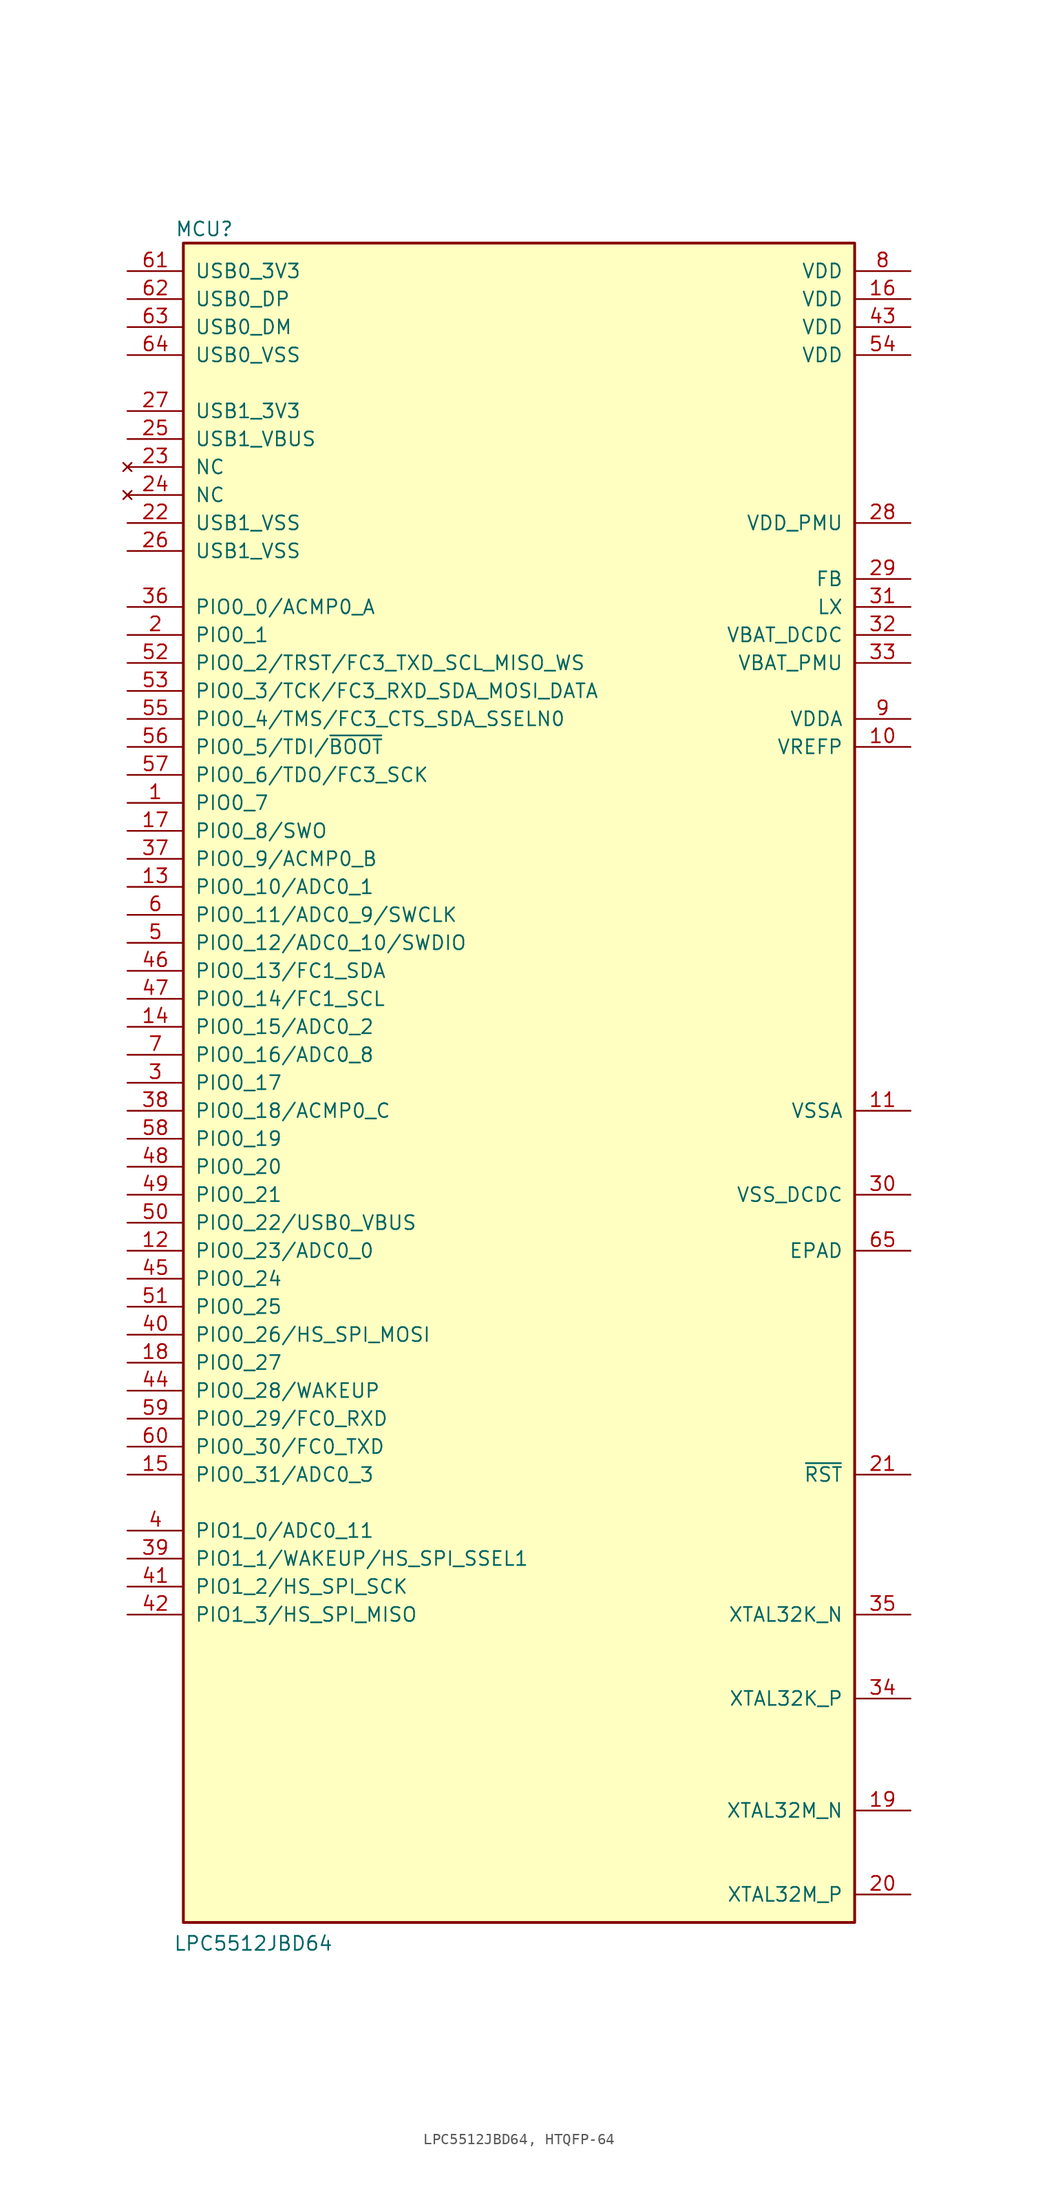
<source format=kicad_sym>
(kicad_symbol_lib
  (version 20241209)
  (generator "kicad_symbol_editor")
  (generator_version "9.0")
  (symbol "LPC5512JBD64, HTQFP-64"
    (pin_names
      (offset 1.016))
    (property "Reference" "MCU"
      (at -28.575 77.47 0)
      (effects (font (size 1.27 1.27))))
    (property "Value" "LPC5512JBD64"
      (at -24.13 -78.105 0)
      (effects (font (size 1.27 1.27))))
    (symbol "LPC5512JBD64, HTQFP-64_0_1"
      (rectangle (start -30.48 76.2) (end 30.48 -76.2) (stroke (width 0.254) (type default)) (fill (type background))))
    (symbol "LPC5512JBD64, HTQFP-64_1_0"
      (pin power_in line (at -35.56 60.96 0) (length 5.08) (name "USB1_3V3" (effects (font (size 1.27 1.27)))) (number "27" (effects (font (size 1.27 1.27)))))
      (pin bidirectional line (at -35.56 22.86 0) (length 5.08) (name "PIO0_8/SWO" (effects (font (size 1.27 1.27)))) (number "17" (effects (font (size 1.27 1.27)))))
      (pin bidirectional line (at -35.56 20.32 0) (length 5.08) (name "PIO0_9/ACMP0_B" (effects (font (size 1.27 1.27)))) (number "37" (effects (font (size 1.27 1.27)))))
      (pin bidirectional line (at -35.56 17.78 0) (length 5.08) (name "PIO0_10/ADC0_1" (effects (font (size 1.27 1.27)))) (number "13" (effects (font (size 1.27 1.27)))))
      (pin bidirectional line (at -35.56 15.24 0) (length 5.08) (name "PIO0_11/ADC0_9/SWCLK" (effects (font (size 1.27 1.27)))) (number "6" (effects (font (size 1.27 1.27)))))
      (pin bidirectional line (at -35.56 12.7 0) (length 5.08) (name "PIO0_12/ADC0_10/SWDIO" (effects (font (size 1.27 1.27)))) (number "5" (effects (font (size 1.27 1.27)))))
      (pin bidirectional line (at -35.56 10.16 0) (length 5.08) (name "PIO0_13/FC1_SDA" (effects (font (size 1.27 1.27)))) (number "46" (effects (font (size 1.27 1.27)))))
      (pin bidirectional line (at -35.56 7.62 0) (length 5.08) (name "PIO0_14/FC1_SCL" (effects (font (size 1.27 1.27)))) (number "47" (effects (font (size 1.27 1.27)))))
      (pin bidirectional line (at -35.56 5.08 0) (length 5.08) (name "PIO0_15/ADC0_2" (effects (font (size 1.27 1.27)))) (number "14" (effects (font (size 1.27 1.27)))))
      (pin bidirectional line (at -35.56 2.54 0) (length 5.08) (name "PIO0_16/ADC0_8" (effects (font (size 1.27 1.27)))) (number "7" (effects (font (size 1.27 1.27)))))
      (pin bidirectional line (at -35.56 0 0) (length 5.08) (name "PIO0_17" (effects (font (size 1.27 1.27)))) (number "3" (effects (font (size 1.27 1.27)))))
      (pin bidirectional line (at -35.56 -2.54 0) (length 5.08) (name "PIO0_18/ACMP0_C" (effects (font (size 1.27 1.27)))) (number "38" (effects (font (size 1.27 1.27)))))
      (pin bidirectional line (at -35.56 -5.08 0) (length 5.08) (name "PIO0_19" (effects (font (size 1.27 1.27)))) (number "58" (effects (font (size 1.27 1.27)))))
      (pin bidirectional line (at -35.56 -7.62 0) (length 5.08) (name "PIO0_20" (effects (font (size 1.27 1.27)))) (number "48" (effects (font (size 1.27 1.27)))))
      (pin bidirectional line (at -35.56 -10.16 0) (length 5.08) (name "PIO0_21" (effects (font (size 1.27 1.27)))) (number "49" (effects (font (size 1.27 1.27)))))
      (pin bidirectional line (at -35.56 -12.7 0) (length 5.08) (name "PIO0_22/USB0_VBUS" (effects (font (size 1.27 1.27)))) (number "50" (effects (font (size 1.27 1.27)))))
      (pin bidirectional line (at -35.56 -15.24 0) (length 5.08) (name "PIO0_23/ADC0_0" (effects (font (size 1.27 1.27)))) (number "12" (effects (font (size 1.27 1.27)))))
      (pin bidirectional line (at -35.56 -17.78 0) (length 5.08) (name "PIO0_24" (effects (font (size 1.27 1.27)))) (number "45" (effects (font (size 1.27 1.27)))))
      (pin bidirectional line (at -35.56 -20.32 0) (length 5.08) (name "PIO0_25" (effects (font (size 1.27 1.27)))) (number "51" (effects (font (size 1.27 1.27)))))
      (pin bidirectional line (at -35.56 -22.86 0) (length 5.08) (name "PIO0_26/HS_SPI_MOSI" (effects (font (size 1.27 1.27)))) (number "40" (effects (font (size 1.27 1.27)))))
      (pin bidirectional line (at -35.56 -25.4 0) (length 5.08) (name "PIO0_27" (effects (font (size 1.27 1.27)))) (number "18" (effects (font (size 1.27 1.27)))))
      (pin bidirectional line (at -35.56 -27.94 0) (length 5.08) (name "PIO0_28/WAKEUP" (effects (font (size 1.27 1.27)))) (number "44" (effects (font (size 1.27 1.27)))))
      (pin bidirectional line (at -35.56 -30.48 0) (length 5.08) (name "PIO0_29/FC0_RXD" (effects (font (size 1.27 1.27)))) (number "59" (effects (font (size 1.27 1.27)))))
      (pin bidirectional line (at -35.56 -33.02 0) (length 5.08) (name "PIO0_30/FC0_TXD" (effects (font (size 1.27 1.27)))) (number "60" (effects (font (size 1.27 1.27)))))
      (pin bidirectional line (at -35.56 -35.56 0) (length 5.08) (name "PIO0_31/ADC0_3" (effects (font (size 1.27 1.27)))) (number "15" (effects (font (size 1.27 1.27)))))
      (pin bidirectional line (at -35.56 -40.64 0) (length 5.08) (name "PIO1_0/ADC0_11" (effects (font (size 1.27 1.27)))) (number "4" (effects (font (size 1.27 1.27)))))
      (pin bidirectional line (at -35.56 -43.18 0) (length 5.08) (name "PIO1_1/WAKEUP/HS_SPI_SSEL1" (effects (font (size 1.27 1.27)))) (number "39" (effects (font (size 1.27 1.27)))))
      (pin bidirectional line (at -35.56 -45.72 0) (length 5.08) (name "PIO1_2/HS_SPI_SCK" (effects (font (size 1.27 1.27)))) (number "41" (effects (font (size 1.27 1.27)))))
      (pin bidirectional line (at -35.56 -48.26 0) (length 5.08) (name "PIO1_3/HS_SPI_MISO" (effects (font (size 1.27 1.27)))) (number "42" (effects (font (size 1.27 1.27)))))
      (pin power_in line (at 35.56 38.1 180) (length 5.08) (name "VBAT_PMU" (effects (font (size 1.27 1.27)))) (number "33" (effects (font (size 1.27 1.27)))))
      (pin power_in line (at 35.56 -15.24 180) (length 5.08) (name "EPAD" (effects (font (size 1.27 1.27)))) (number "65" (effects (font (size 1.27 1.27))))))
    (symbol "LPC5512JBD64, HTQFP-64_1_1"
      (pin input line (at -35.56 73.66 0) (length 5.08) (name "USB0_3V3" (effects (font (size 1.27 1.27)))) (number "61" (effects (font (size 1.27 1.27)))))
      (pin passive line (at -35.56 71.12 0) (length 5.08) (name "USB0_DP" (effects (font (size 1.27 1.27)))) (number "62" (effects (font (size 1.27 1.27)))))
      (pin passive line (at -35.56 68.58 0) (length 5.08) (name "USB0_DM" (effects (font (size 1.27 1.27)))) (number "63" (effects (font (size 1.27 1.27)))))
      (pin power_in line (at -35.56 66.04 0) (length 5.08) (name "USB0_VSS" (effects (font (size 1.27 1.27)))) (number "64" (effects (font (size 1.27 1.27)))))
      (pin input line (at -35.56 58.42 0) (length 5.08) (name "USB1_VBUS" (effects (font (size 1.27 1.27)))) (number "25" (effects (font (size 1.27 1.27)))))
      (pin no_connect line (at -35.56 55.88 0) (length 5.08) (name "NC" (effects (font (size 1.27 1.27)))) (number "23" (effects (font (size 1.27 1.27)))))
      (pin no_connect line (at -35.56 53.34 0) (length 5.08) (name "NC" (effects (font (size 1.27 1.27)))) (number "24" (effects (font (size 1.27 1.27)))))
      (pin power_in line (at -35.56 50.8 0) (length 5.08) (name "USB1_VSS" (effects (font (size 1.27 1.27)))) (number "22" (effects (font (size 1.27 1.27)))))
      (pin power_in line (at -35.56 48.26 0) (length 5.08) (name "USB1_VSS" (effects (font (size 1.27 1.27)))) (number "26" (effects (font (size 1.27 1.27)))))
      (pin bidirectional line (at -35.56 43.18 0) (length 5.08) (name "PIO0_0/ACMP0_A" (effects (font (size 1.27 1.27)))) (number "36" (effects (font (size 1.27 1.27)))))
      (pin bidirectional line (at -35.56 40.64 0) (length 5.08) (name "PIO0_1" (effects (font (size 1.27 1.27)))) (number "2" (effects (font (size 1.27 1.27)))))
      (pin bidirectional line (at -35.56 38.1 0) (length 5.08) (name "PIO0_2/TRST/FC3_TXD_SCL_MISO_WS" (effects (font (size 1.27 1.27)))) (number "52" (effects (font (size 1.27 1.27)))))
      (pin bidirectional line (at -35.56 35.56 0) (length 5.08) (name "PIO0_3/TCK/FC3_RXD_SDA_MOSI_DATA" (effects (font (size 1.27 1.27)))) (number "53" (effects (font (size 1.27 1.27)))))
      (pin bidirectional line (at -35.56 33.02 0) (length 5.08) (name "PIO0_4/TMS/FC3_CTS_SDA_SSELN0" (effects (font (size 1.27 1.27)))) (number "55" (effects (font (size 1.27 1.27)))))
      (pin bidirectional line (at -35.56 30.48 0) (length 5.08) (name "PIO0_5/TDI/~{BOOT}" (effects (font (size 1.27 1.27)))) (number "56" (effects (font (size 1.27 1.27)))))
      (pin bidirectional line (at -35.56 27.94 0) (length 5.08) (name "PIO0_6/TDO/FC3_SCK" (effects (font (size 1.27 1.27)))) (number "57" (effects (font (size 1.27 1.27)))))
      (pin bidirectional line (at -35.56 25.4 0) (length 5.08) (name "PIO0_7" (effects (font (size 1.27 1.27)))) (number "1" (effects (font (size 1.27 1.27)))))
      (pin power_in line (at 35.56 73.66 180) (length 5.08) (name "VDD" (effects (font (size 1.27 1.27)))) (number "8" (effects (font (size 1.27 1.27)))))
      (pin power_in line (at 35.56 71.12 180) (length 5.08) (name "VDD" (effects (font (size 1.27 1.27)))) (number "16" (effects (font (size 1.27 1.27)))))
      (pin power_in line (at 35.56 68.58 180) (length 5.08) (name "VDD" (effects (font (size 1.27 1.27)))) (number "43" (effects (font (size 1.27 1.27)))))
      (pin power_in line (at 35.56 66.04 180) (length 5.08) (name "VDD" (effects (font (size 1.27 1.27)))) (number "54" (effects (font (size 1.27 1.27)))))
      (pin power_in line (at 35.56 50.8 180) (length 5.08) (name "VDD_PMU" (effects (font (size 1.27 1.27)))) (number "28" (effects (font (size 1.27 1.27)))))
      (pin passive line (at 35.56 45.72 180) (length 5.08) (name "FB" (effects (font (size 1.27 1.27)))) (number "29" (effects (font (size 1.27 1.27)))))
      (pin passive line (at 35.56 43.18 180) (length 5.08) (name "LX" (effects (font (size 1.27 1.27)))) (number "31" (effects (font (size 1.27 1.27)))))
      (pin power_out line (at 35.56 40.64 180) (length 5.08) (name "VBAT_DCDC" (effects (font (size 1.27 1.27)))) (number "32" (effects (font (size 1.27 1.27)))))
      (pin power_in line (at 35.56 33.02 180) (length 5.08) (name "VDDA" (effects (font (size 1.27 1.27)))) (number "9" (effects (font (size 1.27 1.27)))))
      (pin passive line (at 35.56 30.48 180) (length 5.08) (name "VREFP" (effects (font (size 1.27 1.27)))) (number "10" (effects (font (size 1.27 1.27)))))
      (pin power_in line (at 35.56 -2.54 180) (length 5.08) (name "VSSA" (effects (font (size 1.27 1.27)))) (number "11" (effects (font (size 1.27 1.27)))))
      (pin power_in line (at 35.56 -10.16 180) (length 5.08) (name "VSS_DCDC" (effects (font (size 1.27 1.27)))) (number "30" (effects (font (size 1.27 1.27)))))
      (pin bidirectional line (at 35.56 -35.56 180) (length 5.08) (name "~{RST}" (effects (font (size 1.27 1.27)))) (number "21" (effects (font (size 1.27 1.27)))))
      (pin passive line (at 35.56 -48.26 180) (length 5.08) (name "XTAL32K_N" (effects (font (size 1.27 1.27)))) (number "35" (effects (font (size 1.27 1.27)))))
      (pin passive line (at 35.56 -55.88 180) (length 5.08) (name "XTAL32K_P" (effects (font (size 1.27 1.27)))) (number "34" (effects (font (size 1.27 1.27)))))
      (pin passive line (at 35.56 -66.04 180) (length 5.08) (name "XTAL32M_N" (effects (font (size 1.27 1.27)))) (number "19" (effects (font (size 1.27 1.27)))))
      (pin passive line (at 35.56 -73.66 180) (length 5.08) (name "XTAL32M_P" (effects (font (size 1.27 1.27)))) (number "20" (effects (font (size 1.27 1.27))))))))
</source>
